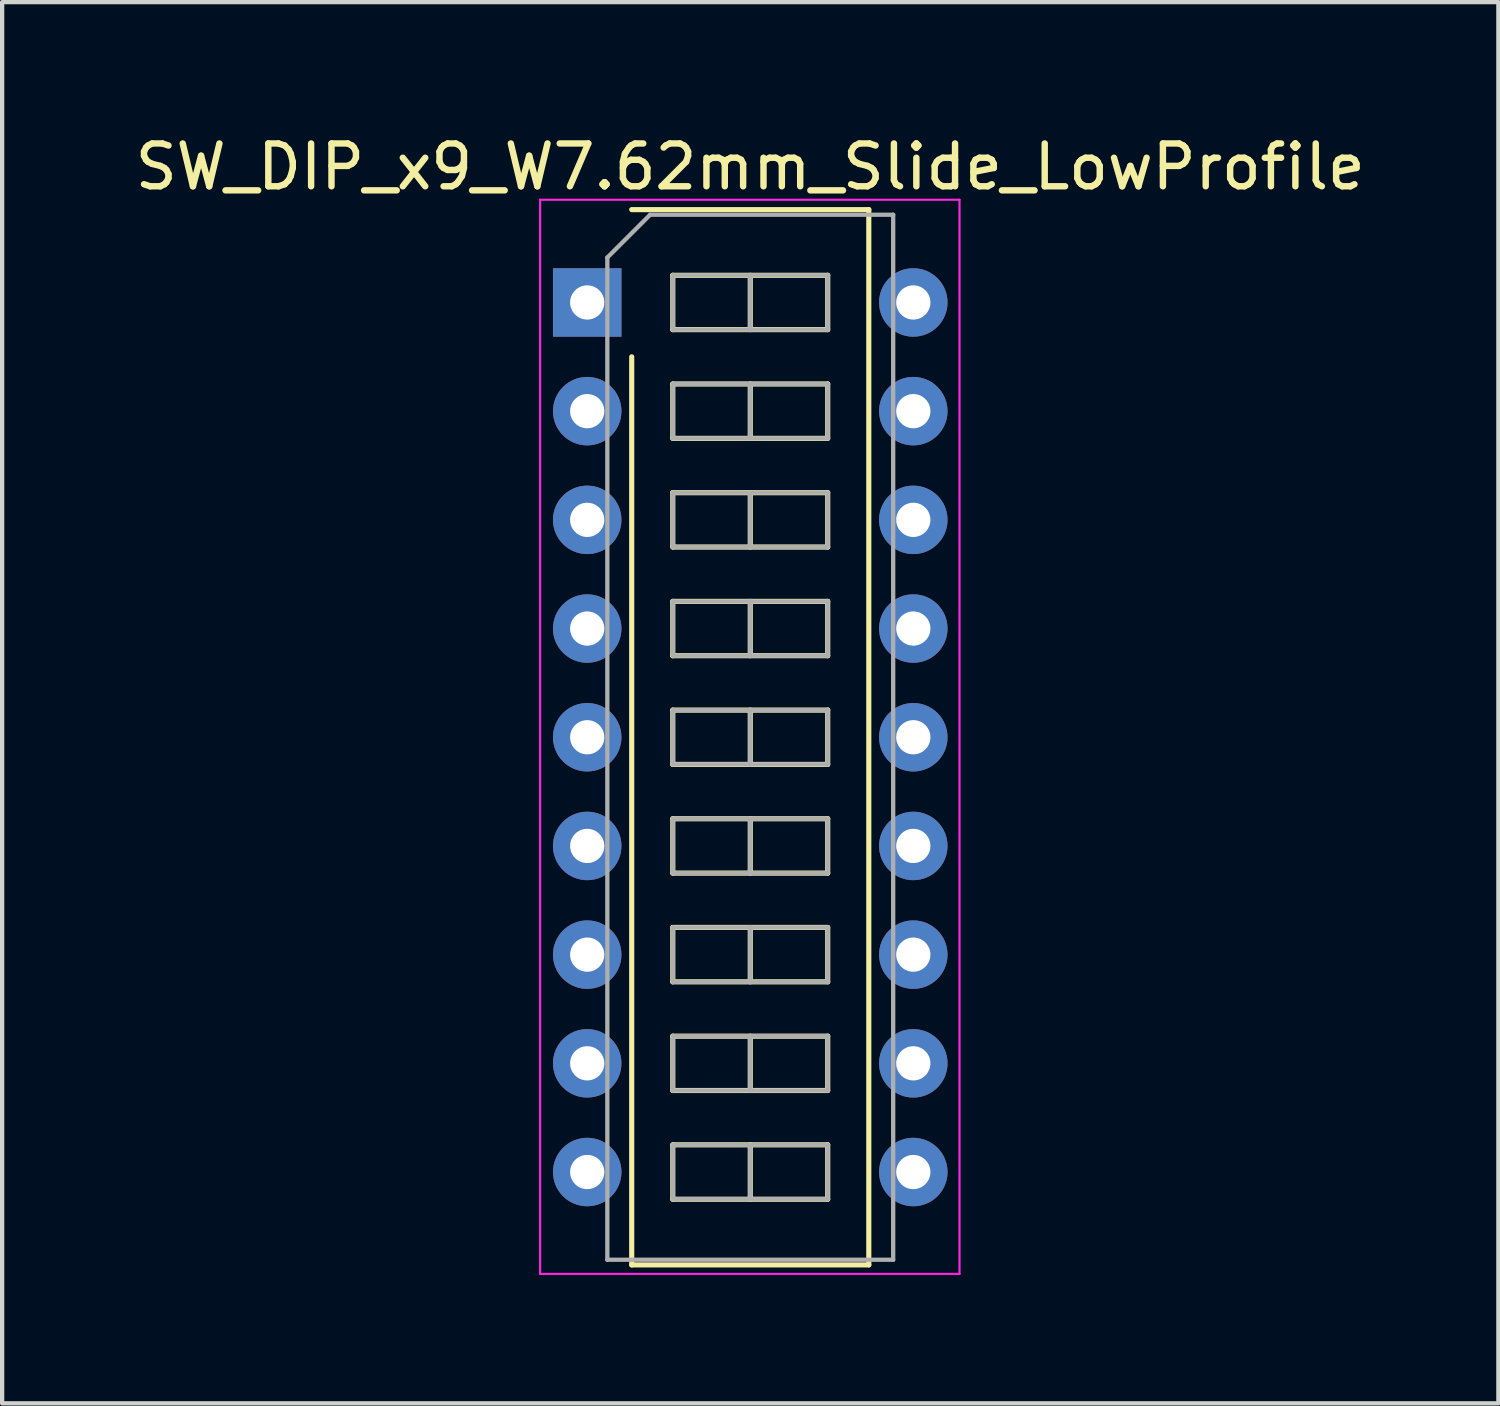
<source format=kicad_pcb>
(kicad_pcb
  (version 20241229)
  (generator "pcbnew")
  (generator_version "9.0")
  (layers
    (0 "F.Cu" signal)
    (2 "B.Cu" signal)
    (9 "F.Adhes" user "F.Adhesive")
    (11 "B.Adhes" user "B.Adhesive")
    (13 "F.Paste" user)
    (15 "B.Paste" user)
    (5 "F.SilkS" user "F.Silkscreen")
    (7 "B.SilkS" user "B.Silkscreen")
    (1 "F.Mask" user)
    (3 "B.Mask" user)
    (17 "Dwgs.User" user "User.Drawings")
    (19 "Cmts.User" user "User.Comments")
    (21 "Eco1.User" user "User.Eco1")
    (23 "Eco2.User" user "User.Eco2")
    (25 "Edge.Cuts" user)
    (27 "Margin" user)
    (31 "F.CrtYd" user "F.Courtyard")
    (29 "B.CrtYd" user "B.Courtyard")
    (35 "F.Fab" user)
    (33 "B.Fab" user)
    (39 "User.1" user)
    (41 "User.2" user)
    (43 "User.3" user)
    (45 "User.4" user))
  (footprint "SW_DIP_x9_W7.62mm_Slide_LowProfile"
    (layer "F.Cu")
    (at 10.672 4.018)
    (property "Reference" "SW_DIP_x9_W7.62mm_Slide_LowProfile" (at 3.81 -3.17 0) (layer "F.SilkS") (effects (font (size 1 1) (thickness 0.15))))
    (attr through_hole)
    (fp_line (start 1.04 -2.17) (end 6.58 -2.17) (stroke (width 0.12) (type solid)) (layer "F.SilkS"))
    (fp_line (start 1.04 22.49) (end 1.04 1.27) (stroke (width 0.12) (type solid)) (layer "F.SilkS"))
    (fp_line (start 2 -0.635) (end 2 0.635) (stroke (width 0.12) (type solid)) (layer "F.SilkS"))
    (fp_line (start 2 0.635) (end 5.62 0.635) (stroke (width 0.12) (type solid)) (layer "F.SilkS"))
    (fp_line (start 2 1.905) (end 2 3.175) (stroke (width 0.12) (type solid)) (layer "F.SilkS"))
    (fp_line (start 2 3.175) (end 5.62 3.175) (stroke (width 0.12) (type solid)) (layer "F.SilkS"))
    (fp_line (start 2 4.445) (end 2 5.715) (stroke (width 0.12) (type solid)) (layer "F.SilkS"))
    (fp_line (start 2 5.715) (end 5.62 5.715) (stroke (width 0.12) (type solid)) (layer "F.SilkS"))
    (fp_line (start 2 6.985) (end 2 8.255) (stroke (width 0.12) (type solid)) (layer "F.SilkS"))
    (fp_line (start 2 8.255) (end 5.62 8.255) (stroke (width 0.12) (type solid)) (layer "F.SilkS"))
    (fp_line (start 2 9.525) (end 2 10.795) (stroke (width 0.12) (type solid)) (layer "F.SilkS"))
    (fp_line (start 2 10.795) (end 5.62 10.795) (stroke (width 0.12) (type solid)) (layer "F.SilkS"))
    (fp_line (start 2 12.065) (end 2 13.335) (stroke (width 0.12) (type solid)) (layer "F.SilkS"))
    (fp_line (start 2 13.335) (end 5.62 13.335) (stroke (width 0.12) (type solid)) (layer "F.SilkS"))
    (fp_line (start 2 14.605) (end 2 15.875) (stroke (width 0.12) (type solid)) (layer "F.SilkS"))
    (fp_line (start 2 15.875) (end 5.62 15.875) (stroke (width 0.12) (type solid)) (layer "F.SilkS"))
    (fp_line (start 2 17.145) (end 2 18.415) (stroke (width 0.12) (type solid)) (layer "F.SilkS"))
    (fp_line (start 2 18.415) (end 5.62 18.415) (stroke (width 0.12) (type solid)) (layer "F.SilkS"))
    (fp_line (start 2 19.685) (end 2 20.955) (stroke (width 0.12) (type solid)) (layer "F.SilkS"))
    (fp_line (start 2 20.955) (end 5.62 20.955) (stroke (width 0.12) (type solid)) (layer "F.SilkS"))
    (fp_line (start 3.81 -0.635) (end 3.81 0.635) (stroke (width 0.12) (type solid)) (layer "F.SilkS"))
    (fp_line (start 3.81 1.905) (end 3.81 3.175) (stroke (width 0.12) (type solid)) (layer "F.SilkS"))
    (fp_line (start 3.81 4.445) (end 3.81 5.715) (stroke (width 0.12) (type solid)) (layer "F.SilkS"))
    (fp_line (start 3.81 6.985) (end 3.81 8.255) (stroke (width 0.12) (type solid)) (layer "F.SilkS"))
    (fp_line (start 3.81 9.525) (end 3.81 10.795) (stroke (width 0.12) (type solid)) (layer "F.SilkS"))
    (fp_line (start 3.81 12.065) (end 3.81 13.335) (stroke (width 0.12) (type solid)) (layer "F.SilkS"))
    (fp_line (start 3.81 14.605) (end 3.81 15.875) (stroke (width 0.12) (type solid)) (layer "F.SilkS"))
    (fp_line (start 3.81 17.145) (end 3.81 18.415) (stroke (width 0.12) (type solid)) (layer "F.SilkS"))
    (fp_line (start 3.81 19.685) (end 3.81 20.955) (stroke (width 0.12) (type solid)) (layer "F.SilkS"))
    (fp_line (start 5.62 -0.635) (end 2 -0.635) (stroke (width 0.12) (type solid)) (layer "F.SilkS"))
    (fp_line (start 5.62 0.635) (end 5.62 -0.635) (stroke (width 0.12) (type solid)) (layer "F.SilkS"))
    (fp_line (start 5.62 1.905) (end 2 1.905) (stroke (width 0.12) (type solid)) (layer "F.SilkS"))
    (fp_line (start 5.62 3.175) (end 5.62 1.905) (stroke (width 0.12) (type solid)) (layer "F.SilkS"))
    (fp_line (start 5.62 4.445) (end 2 4.445) (stroke (width 0.12) (type solid)) (layer "F.SilkS"))
    (fp_line (start 5.62 5.715) (end 5.62 4.445) (stroke (width 0.12) (type solid)) (layer "F.SilkS"))
    (fp_line (start 5.62 6.985) (end 2 6.985) (stroke (width 0.12) (type solid)) (layer "F.SilkS"))
    (fp_line (start 5.62 8.255) (end 5.62 6.985) (stroke (width 0.12) (type solid)) (layer "F.SilkS"))
    (fp_line (start 5.62 9.525) (end 2 9.525) (stroke (width 0.12) (type solid)) (layer "F.SilkS"))
    (fp_line (start 5.62 10.795) (end 5.62 9.525) (stroke (width 0.12) (type solid)) (layer "F.SilkS"))
    (fp_line (start 5.62 12.065) (end 2 12.065) (stroke (width 0.12) (type solid)) (layer "F.SilkS"))
    (fp_line (start 5.62 13.335) (end 5.62 12.065) (stroke (width 0.12) (type solid)) (layer "F.SilkS"))
    (fp_line (start 5.62 14.605) (end 2 14.605) (stroke (width 0.12) (type solid)) (layer "F.SilkS"))
    (fp_line (start 5.62 15.875) (end 5.62 14.605) (stroke (width 0.12) (type solid)) (layer "F.SilkS"))
    (fp_line (start 5.62 17.145) (end 2 17.145) (stroke (width 0.12) (type solid)) (layer "F.SilkS"))
    (fp_line (start 5.62 18.415) (end 5.62 17.145) (stroke (width 0.12) (type solid)) (layer "F.SilkS"))
    (fp_line (start 5.62 19.685) (end 2 19.685) (stroke (width 0.12) (type solid)) (layer "F.SilkS"))
    (fp_line (start 5.62 20.955) (end 5.62 19.685) (stroke (width 0.12) (type solid)) (layer "F.SilkS"))
    (fp_line (start 6.58 -2.17) (end 6.58 22.49) (stroke (width 0.12) (type solid)) (layer "F.SilkS"))
    (fp_line (start 6.58 22.49) (end 1.04 22.49) (stroke (width 0.12) (type solid)) (layer "F.SilkS"))
    (fp_line (start -1.1 -2.4) (end -1.1 22.7) (stroke (width 0.05) (type solid)) (layer "F.CrtYd"))
    (fp_line (start -1.1 22.7) (end 8.7 22.7) (stroke (width 0.05) (type solid)) (layer "F.CrtYd"))
    (fp_line (start 8.7 -2.4) (end -1.1 -2.4) (stroke (width 0.05) (type solid)) (layer "F.CrtYd"))
    (fp_line (start 8.7 22.7) (end 8.7 -2.4) (stroke (width 0.05) (type solid)) (layer "F.CrtYd"))
    (fp_line (start 0.47 -1.05) (end 1.47 -2.05) (stroke (width 0.1) (type solid)) (layer "F.Fab"))
    (fp_line (start 0.47 22.37) (end 0.47 -1.05) (stroke (width 0.1) (type solid)) (layer "F.Fab"))
    (fp_line (start 1.47 -2.05) (end 7.15 -2.05) (stroke (width 0.1) (type solid)) (layer "F.Fab"))
    (fp_line (start 2 -0.635) (end 2 0.635) (stroke (width 0.1) (type solid)) (layer "F.Fab"))
    (fp_line (start 2 0.635) (end 5.62 0.635) (stroke (width 0.1) (type solid)) (layer "F.Fab"))
    (fp_line (start 2 1.905) (end 2 3.175) (stroke (width 0.1) (type solid)) (layer "F.Fab"))
    (fp_line (start 2 3.175) (end 5.62 3.175) (stroke (width 0.1) (type solid)) (layer "F.Fab"))
    (fp_line (start 2 4.445) (end 2 5.715) (stroke (width 0.1) (type solid)) (layer "F.Fab"))
    (fp_line (start 2 5.715) (end 5.62 5.715) (stroke (width 0.1) (type solid)) (layer "F.Fab"))
    (fp_line (start 2 6.985) (end 2 8.255) (stroke (width 0.1) (type solid)) (layer "F.Fab"))
    (fp_line (start 2 8.255) (end 5.62 8.255) (stroke (width 0.1) (type solid)) (layer "F.Fab"))
    (fp_line (start 2 9.525) (end 2 10.795) (stroke (width 0.1) (type solid)) (layer "F.Fab"))
    (fp_line (start 2 10.795) (end 5.62 10.795) (stroke (width 0.1) (type solid)) (layer "F.Fab"))
    (fp_line (start 2 12.065) (end 2 13.335) (stroke (width 0.1) (type solid)) (layer "F.Fab"))
    (fp_line (start 2 13.335) (end 5.62 13.335) (stroke (width 0.1) (type solid)) (layer "F.Fab"))
    (fp_line (start 2 14.605) (end 2 15.875) (stroke (width 0.1) (type solid)) (layer "F.Fab"))
    (fp_line (start 2 15.875) (end 5.62 15.875) (stroke (width 0.1) (type solid)) (layer "F.Fab"))
    (fp_line (start 2 17.145) (end 2 18.415) (stroke (width 0.1) (type solid)) (layer "F.Fab"))
    (fp_line (start 2 18.415) (end 5.62 18.415) (stroke (width 0.1) (type solid)) (layer "F.Fab"))
    (fp_line (start 2 19.685) (end 2 20.955) (stroke (width 0.1) (type solid)) (layer "F.Fab"))
    (fp_line (start 2 20.955) (end 5.62 20.955) (stroke (width 0.1) (type solid)) (layer "F.Fab"))
    (fp_line (start 3.81 -0.635) (end 3.81 0.635) (stroke (width 0.1) (type solid)) (layer "F.Fab"))
    (fp_line (start 3.81 1.905) (end 3.81 3.175) (stroke (width 0.1) (type solid)) (layer "F.Fab"))
    (fp_line (start 3.81 4.445) (end 3.81 5.715) (stroke (width 0.1) (type solid)) (layer "F.Fab"))
    (fp_line (start 3.81 6.985) (end 3.81 8.255) (stroke (width 0.1) (type solid)) (layer "F.Fab"))
    (fp_line (start 3.81 9.525) (end 3.81 10.795) (stroke (width 0.1) (type solid)) (layer "F.Fab"))
    (fp_line (start 3.81 12.065) (end 3.81 13.335) (stroke (width 0.1) (type solid)) (layer "F.Fab"))
    (fp_line (start 3.81 14.605) (end 3.81 15.875) (stroke (width 0.1) (type solid)) (layer "F.Fab"))
    (fp_line (start 3.81 17.145) (end 3.81 18.415) (stroke (width 0.1) (type solid)) (layer "F.Fab"))
    (fp_line (start 3.81 19.685) (end 3.81 20.955) (stroke (width 0.1) (type solid)) (layer "F.Fab"))
    (fp_line (start 5.62 -0.635) (end 2 -0.635) (stroke (width 0.1) (type solid)) (layer "F.Fab"))
    (fp_line (start 5.62 0.635) (end 5.62 -0.635) (stroke (width 0.1) (type solid)) (layer "F.Fab"))
    (fp_line (start 5.62 1.905) (end 2 1.905) (stroke (width 0.1) (type solid)) (layer "F.Fab"))
    (fp_line (start 5.62 3.175) (end 5.62 1.905) (stroke (width 0.1) (type solid)) (layer "F.Fab"))
    (fp_line (start 5.62 4.445) (end 2 4.445) (stroke (width 0.1) (type solid)) (layer "F.Fab"))
    (fp_line (start 5.62 5.715) (end 5.62 4.445) (stroke (width 0.1) (type solid)) (layer "F.Fab"))
    (fp_line (start 5.62 6.985) (end 2 6.985) (stroke (width 0.1) (type solid)) (layer "F.Fab"))
    (fp_line (start 5.62 8.255) (end 5.62 6.985) (stroke (width 0.1) (type solid)) (layer "F.Fab"))
    (fp_line (start 5.62 9.525) (end 2 9.525) (stroke (width 0.1) (type solid)) (layer "F.Fab"))
    (fp_line (start 5.62 10.795) (end 5.62 9.525) (stroke (width 0.1) (type solid)) (layer "F.Fab"))
    (fp_line (start 5.62 12.065) (end 2 12.065) (stroke (width 0.1) (type solid)) (layer "F.Fab"))
    (fp_line (start 5.62 13.335) (end 5.62 12.065) (stroke (width 0.1) (type solid)) (layer "F.Fab"))
    (fp_line (start 5.62 14.605) (end 2 14.605) (stroke (width 0.1) (type solid)) (layer "F.Fab"))
    (fp_line (start 5.62 15.875) (end 5.62 14.605) (stroke (width 0.1) (type solid)) (layer "F.Fab"))
    (fp_line (start 5.62 17.145) (end 2 17.145) (stroke (width 0.1) (type solid)) (layer "F.Fab"))
    (fp_line (start 5.62 18.415) (end 5.62 17.145) (stroke (width 0.1) (type solid)) (layer "F.Fab"))
    (fp_line (start 5.62 19.685) (end 2 19.685) (stroke (width 0.1) (type solid)) (layer "F.Fab"))
    (fp_line (start 5.62 20.955) (end 5.62 19.685) (stroke (width 0.1) (type solid)) (layer "F.Fab"))
    (fp_line (start 7.15 -2.05) (end 7.15 22.37) (stroke (width 0.1) (type solid)) (layer "F.Fab"))
    (fp_line (start 7.15 22.37) (end 0.47 22.37) (stroke (width 0.1) (type solid)) (layer "F.Fab"))
    (pad "1" thru_hole rect (at 0 0) (size 1.6 1.6) (drill 0.8) (layers "*.Cu" "*.Mask"))
    (pad "2" thru_hole oval (at 0 2.54) (size 1.6 1.6) (drill 0.8) (layers "*.Cu" "*.Mask"))
    (pad "3" thru_hole oval (at 0 5.08) (size 1.6 1.6) (drill 0.8) (layers "*.Cu" "*.Mask"))
    (pad "4" thru_hole oval (at 0 7.62) (size 1.6 1.6) (drill 0.8) (layers "*.Cu" "*.Mask"))
    (pad "5" thru_hole oval (at 0 10.16) (size 1.6 1.6) (drill 0.8) (layers "*.Cu" "*.Mask"))
    (pad "6" thru_hole oval (at 0 12.7) (size 1.6 1.6) (drill 0.8) (layers "*.Cu" "*.Mask"))
    (pad "7" thru_hole oval (at 0 15.24) (size 1.6 1.6) (drill 0.8) (layers "*.Cu" "*.Mask"))
    (pad "8" thru_hole oval (at 0 17.78) (size 1.6 1.6) (drill 0.8) (layers "*.Cu" "*.Mask"))
    (pad "9" thru_hole oval (at 0 20.32) (size 1.6 1.6) (drill 0.8) (layers "*.Cu" "*.Mask"))
    (pad "10" thru_hole oval (at 7.62 20.32) (size 1.6 1.6) (drill 0.8) (layers "*.Cu" "*.Mask"))
    (pad "11" thru_hole oval (at 7.62 17.78) (size 1.6 1.6) (drill 0.8) (layers "*.Cu" "*.Mask"))
    (pad "12" thru_hole oval (at 7.62 15.24) (size 1.6 1.6) (drill 0.8) (layers "*.Cu" "*.Mask"))
    (pad "13" thru_hole oval (at 7.62 12.7) (size 1.6 1.6) (drill 0.8) (layers "*.Cu" "*.Mask"))
    (pad "14" thru_hole oval (at 7.62 10.16) (size 1.6 1.6) (drill 0.8) (layers "*.Cu" "*.Mask"))
    (pad "15" thru_hole oval (at 7.62 7.62) (size 1.6 1.6) (drill 0.8) (layers "*.Cu" "*.Mask"))
    (pad "16" thru_hole oval (at 7.62 5.08) (size 1.6 1.6) (drill 0.8) (layers "*.Cu" "*.Mask"))
    (pad "17" thru_hole oval (at 7.62 2.54) (size 1.6 1.6) (drill 0.8) (layers "*.Cu" "*.Mask"))
    (pad "18" thru_hole oval (at 7.62 0) (size 1.6 1.6) (drill 0.8) (layers "*.Cu" "*.Mask")))
  (gr_rect
    (start -3 -3)
    (end 31.964 29.743)
    (stroke (width 0.1) (type default))
    (fill no)
    (layer "Edge.Cuts")))
</source>
